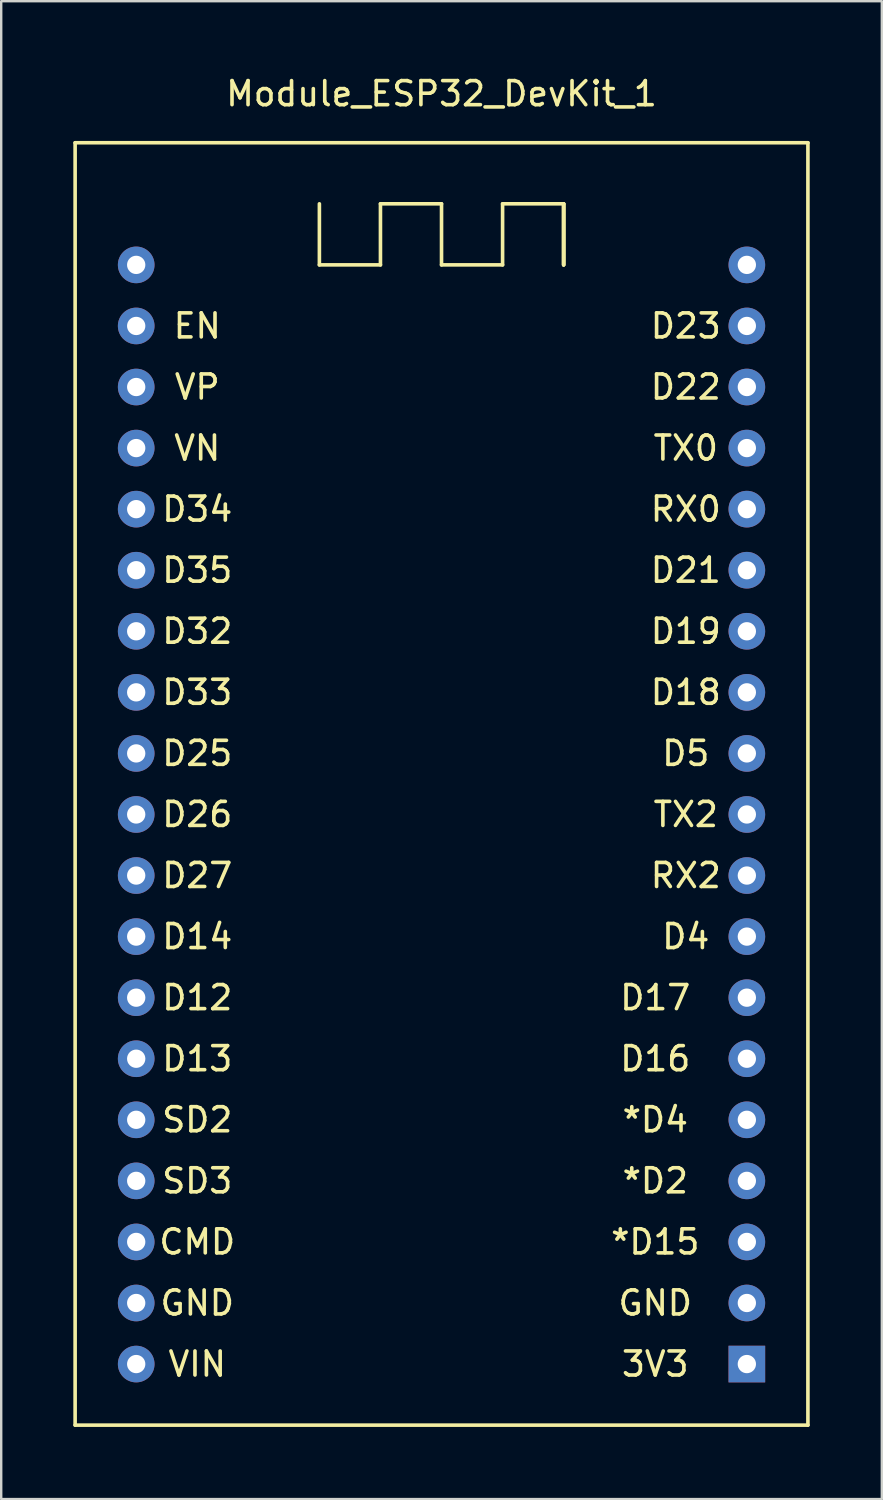
<source format=kicad_pcb>
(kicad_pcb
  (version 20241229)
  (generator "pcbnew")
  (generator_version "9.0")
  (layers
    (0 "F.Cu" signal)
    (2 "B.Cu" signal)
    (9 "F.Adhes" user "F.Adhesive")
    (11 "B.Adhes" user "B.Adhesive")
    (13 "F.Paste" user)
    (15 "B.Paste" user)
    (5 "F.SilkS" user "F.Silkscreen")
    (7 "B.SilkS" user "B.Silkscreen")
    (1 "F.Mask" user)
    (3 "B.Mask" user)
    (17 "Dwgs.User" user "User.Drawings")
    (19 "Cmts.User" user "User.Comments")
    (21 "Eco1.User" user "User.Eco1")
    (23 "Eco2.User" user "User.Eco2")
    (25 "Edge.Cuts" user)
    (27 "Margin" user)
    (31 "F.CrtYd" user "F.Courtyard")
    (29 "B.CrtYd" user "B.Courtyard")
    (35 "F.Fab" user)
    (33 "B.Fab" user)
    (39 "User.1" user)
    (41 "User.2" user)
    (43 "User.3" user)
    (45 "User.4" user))
  (footprint "Module_ESP32_DevKit_1"
    (layer "F.Cu")
    (at 15.315 0.348)
    (property "Reference" "Module_ESP32_DevKit_1" (at 0 0.5 0) (layer "F.SilkS") (effects (font (size 1 1) (thickness 0.15))))
    (attr through_hole)
    (fp_line (start -15.24 2.54) (end 15.24 2.54) (stroke (width 0.15) (type solid)) (layer "F.SilkS"))
    (fp_line (start -15.24 55.88) (end -15.24 2.54) (stroke (width 0.15) (type solid)) (layer "F.SilkS"))
    (fp_line (start -5.08 5.08) (end -5.08 7.62) (stroke (width 0.15) (type solid)) (layer "F.SilkS"))
    (fp_line (start -5.08 7.62) (end -2.54 7.62) (stroke (width 0.15) (type solid)) (layer "F.SilkS"))
    (fp_line (start -2.54 5.08) (end 0 5.08) (stroke (width 0.15) (type solid)) (layer "F.SilkS"))
    (fp_line (start -2.54 7.62) (end -2.54 5.08) (stroke (width 0.15) (type solid)) (layer "F.SilkS"))
    (fp_line (start 0 5.08) (end 0 7.62) (stroke (width 0.15) (type solid)) (layer "F.SilkS"))
    (fp_line (start 0 7.62) (end 2.54 7.62) (stroke (width 0.15) (type solid)) (layer "F.SilkS"))
    (fp_line (start 2.54 5.08) (end 5.08 5.08) (stroke (width 0.15) (type solid)) (layer "F.SilkS"))
    (fp_line (start 2.54 7.62) (end 2.54 5.08) (stroke (width 0.15) (type solid)) (layer "F.SilkS"))
    (fp_line (start 5.08 5.08) (end 5.08 7.62) (stroke (width 0.15) (type solid)) (layer "F.SilkS"))
    (fp_line (start 5.08 5.08) (end 5.08 7.62) (stroke (width 0.15) (type solid)) (layer "F.SilkS"))
    (fp_line (start 5.08 7.62) (end 5.08 5.08) (stroke (width 0.15) (type solid)) (layer "F.SilkS"))
    (fp_line (start 15.24 2.54) (end 15.24 55.88) (stroke (width 0.15) (type solid)) (layer "F.SilkS"))
    (fp_line (start 15.24 55.88) (end -15.24 55.88) (stroke (width 0.15) (type solid)) (layer "F.SilkS"))
    (fp_text user "D12" (at -10.16 38.1 0) (layer "F.SilkS") (effects (font (size 1 1) (thickness 0.15))))
    (fp_text user "TX2" (at 10.16 30.48 0) (layer "F.SilkS") (effects (font (size 1 1) (thickness 0.15))))
    (fp_text user "D14" (at -10.16 35.56 0) (layer "F.SilkS") (effects (font (size 1 1) (thickness 0.15))))
    (fp_text user "SD3" (at -10.16 45.72 0) (layer "F.SilkS") (effects (font (size 1 1) (thickness 0.15))))
    (fp_text user "GND" (at 8.89 50.8 0) (layer "F.SilkS") (effects (font (size 1 1) (thickness 0.15))))
    (fp_text user "VIN" (at -10.16 53.34 0) (layer "F.SilkS") (effects (font (size 1 1) (thickness 0.15))))
    (fp_text user "D26" (at -10.16 30.48 0) (layer "F.SilkS") (effects (font (size 1 1) (thickness 0.15))))
    (fp_text user "D23" (at 10.16 10.16 0) (layer "F.SilkS") (effects (font (size 1 1) (thickness 0.15))))
    (fp_text user "D4" (at 10.16 35.56 0) (layer "F.SilkS") (effects (font (size 1 1) (thickness 0.15))))
    (fp_text user "VP" (at -10.16 12.7 0) (layer "F.SilkS") (effects (font (size 1 1) (thickness 0.15))))
    (fp_text user "*D4" (at 8.89 43.18 0) (layer "F.SilkS") (effects (font (size 1 1) (thickness 0.15))))
    (fp_text user "D5" (at 10.16 27.94 0) (layer "F.SilkS") (effects (font (size 1 1) (thickness 0.15))))
    (fp_text user "D18" (at 10.16 25.4 0) (layer "F.SilkS") (effects (font (size 1 1) (thickness 0.15))))
    (fp_text user "D13" (at -10.16 40.64 0) (layer "F.SilkS") (effects (font (size 1 1) (thickness 0.15))))
    (fp_text user "D27" (at -10.16 33.02 0) (layer "F.SilkS") (effects (font (size 1 1) (thickness 0.15))))
    (fp_text user "EN" (at -10.16 10.16 0) (layer "F.SilkS") (effects (font (size 1 1) (thickness 0.15))))
    (fp_text user "3V3" (at 8.89 53.34 0) (layer "F.SilkS") (effects (font (size 1 1) (thickness 0.15))))
    (fp_text user "CMD" (at -10.16 48.26 0) (layer "F.SilkS") (effects (font (size 1 1) (thickness 0.15))))
    (fp_text user "D17" (at 8.89 38.1 0) (layer "F.SilkS") (effects (font (size 1 1) (thickness 0.15))))
    (fp_text user "D22" (at 10.16 12.7 0) (layer "F.SilkS") (effects (font (size 1 1) (thickness 0.15))))
    (fp_text user "D21" (at 10.16 20.32 0) (layer "F.SilkS") (effects (font (size 1 1) (thickness 0.15))))
    (fp_text user "D25" (at -10.16 27.94 0) (layer "F.SilkS") (effects (font (size 1 1) (thickness 0.15))))
    (fp_text user "GND" (at -10.16 50.8 0) (layer "F.SilkS") (effects (font (size 1 1) (thickness 0.15))))
    (fp_text user "D16" (at 8.89 40.64 0) (layer "F.SilkS") (effects (font (size 1 1) (thickness 0.15))))
    (fp_text user "VN" (at -10.16 15.24 0) (layer "F.SilkS") (effects (font (size 1 1) (thickness 0.15))))
    (fp_text user "D32" (at -10.16 22.86 0) (layer "F.SilkS") (effects (font (size 1 1) (thickness 0.15))))
    (fp_text user "*D2" (at 8.89 45.72 0) (layer "F.SilkS") (effects (font (size 1 1) (thickness 0.15))))
    (fp_text user "RX0" (at 10.16 17.78 0) (layer "F.SilkS") (effects (font (size 1 1) (thickness 0.15))))
    (fp_text user "RX2" (at 10.16 33.02 0) (layer "F.SilkS") (effects (font (size 1 1) (thickness 0.15))))
    (fp_text user "TX0" (at 10.16 15.24 0) (layer "F.SilkS") (effects (font (size 1 1) (thickness 0.15))))
    (fp_text user "D35" (at -10.16 20.32 0) (layer "F.SilkS") (effects (font (size 1 1) (thickness 0.15))))
    (fp_text user "D33" (at -10.16 25.4 0) (layer "F.SilkS") (effects (font (size 1 1) (thickness 0.15))))
    (fp_text user "D19" (at 10.16 22.86 0) (layer "F.SilkS") (effects (font (size 1 1) (thickness 0.15))))
    (fp_text user "*D15" (at 8.89 48.26 0) (layer "F.SilkS") (effects (font (size 1 1) (thickness 0.15))))
    (fp_text user "SD2" (at -10.16 43.18 0) (layer "F.SilkS") (effects (font (size 1 1) (thickness 0.15))))
    (fp_text user "D34" (at -10.16 17.78 0) (layer "F.SilkS") (effects (font (size 1 1) (thickness 0.15))))
    (pad "1" thru_hole rect (at 12.7 53.34) (size 1.524 1.524) (drill 0.762) (layers "*.Cu" "*.Mask"))
    (pad "2" thru_hole circle (at 12.7 50.8) (size 1.524 1.524) (drill 0.762) (layers "*.Cu" "*.Mask"))
    (pad "3" thru_hole circle (at 12.7 48.26) (size 1.524 1.524) (drill 0.762) (layers "*.Cu" "*.Mask"))
    (pad "4" thru_hole circle (at 12.7 45.72) (size 1.524 1.524) (drill 0.762) (layers "*.Cu" "*.Mask"))
    (pad "5" thru_hole circle (at 12.7 43.18) (size 1.524 1.524) (drill 0.762) (layers "*.Cu" "*.Mask"))
    (pad "6" thru_hole circle (at 12.7 40.64) (size 1.524 1.524) (drill 0.762) (layers "*.Cu" "*.Mask"))
    (pad "7" thru_hole circle (at 12.7 38.1) (size 1.524 1.524) (drill 0.762) (layers "*.Cu" "*.Mask"))
    (pad "8" thru_hole circle (at 12.7 35.56) (size 1.524 1.524) (drill 0.762) (layers "*.Cu" "*.Mask"))
    (pad "9" thru_hole circle (at 12.7 33.02) (size 1.524 1.524) (drill 0.762) (layers "*.Cu" "*.Mask"))
    (pad "10" thru_hole circle (at 12.7 30.48) (size 1.524 1.524) (drill 0.762) (layers "*.Cu" "*.Mask"))
    (pad "11" thru_hole circle (at 12.7 27.94) (size 1.524 1.524) (drill 0.762) (layers "*.Cu" "*.Mask"))
    (pad "12" thru_hole circle (at 12.7 25.4) (size 1.524 1.524) (drill 0.762) (layers "*.Cu" "*.Mask"))
    (pad "13" thru_hole circle (at 12.7 22.86) (size 1.524 1.524) (drill 0.762) (layers "*.Cu" "*.Mask"))
    (pad "14" thru_hole circle (at 12.7 20.32) (size 1.524 1.524) (drill 0.762) (layers "*.Cu" "*.Mask"))
    (pad "15" thru_hole circle (at 12.7 17.78) (size 1.524 1.524) (drill 0.762) (layers "*.Cu" "*.Mask"))
    (pad "16" thru_hole circle (at 12.7 15.24) (size 1.524 1.524) (drill 0.762) (layers "*.Cu" "*.Mask"))
    (pad "17" thru_hole circle (at 12.7 12.7) (size 1.524 1.524) (drill 0.762) (layers "*.Cu" "*.Mask"))
    (pad "18" thru_hole circle (at 12.7 10.16) (size 1.524 1.524) (drill 0.762) (layers "*.Cu" "*.Mask"))
    (pad "19" thru_hole circle (at 12.7 7.62) (size 1.524 1.524) (drill 0.762) (layers "*.Cu" "*.Mask"))
    (pad "20" thru_hole circle (at -12.7 7.62) (size 1.524 1.524) (drill 0.762) (layers "*.Cu" "*.Mask"))
    (pad "21" thru_hole circle (at -12.7 10.16) (size 1.524 1.524) (drill 0.762) (layers "*.Cu" "*.Mask"))
    (pad "22" thru_hole circle (at -12.7 12.7) (size 1.524 1.524) (drill 0.762) (layers "*.Cu" "*.Mask"))
    (pad "23" thru_hole circle (at -12.7 15.24) (size 1.524 1.524) (drill 0.762) (layers "*.Cu" "*.Mask"))
    (pad "24" thru_hole circle (at -12.7 17.78) (size 1.524 1.524) (drill 0.762) (layers "*.Cu" "*.Mask"))
    (pad "25" thru_hole circle (at -12.7 20.32) (size 1.524 1.524) (drill 0.762) (layers "*.Cu" "*.Mask"))
    (pad "26" thru_hole circle (at -12.7 22.86) (size 1.524 1.524) (drill 0.762) (layers "*.Cu" "*.Mask"))
    (pad "27" thru_hole circle (at -12.7 25.4) (size 1.524 1.524) (drill 0.762) (layers "*.Cu" "*.Mask"))
    (pad "28" thru_hole circle (at -12.7 27.94) (size 1.524 1.524) (drill 0.762) (layers "*.Cu" "*.Mask"))
    (pad "29" thru_hole circle (at -12.7 30.48) (size 1.524 1.524) (drill 0.762) (layers "*.Cu" "*.Mask"))
    (pad "30" thru_hole circle (at -12.7 33.02) (size 1.524 1.524) (drill 0.762) (layers "*.Cu" "*.Mask"))
    (pad "31" thru_hole circle (at -12.7 35.56) (size 1.524 1.524) (drill 0.762) (layers "*.Cu" "*.Mask"))
    (pad "32" thru_hole circle (at -12.7 38.1) (size 1.524 1.524) (drill 0.762) (layers "*.Cu" "*.Mask"))
    (pad "33" thru_hole circle (at -12.7 40.64) (size 1.524 1.524) (drill 0.762) (layers "*.Cu" "*.Mask"))
    (pad "34" thru_hole circle (at -12.7 43.18) (size 1.524 1.524) (drill 0.762) (layers "*.Cu" "*.Mask"))
    (pad "35" thru_hole circle (at -12.7 45.72) (size 1.524 1.524) (drill 0.762) (layers "*.Cu" "*.Mask"))
    (pad "36" thru_hole circle (at -12.7 48.26) (size 1.524 1.524) (drill 0.762) (layers "*.Cu" "*.Mask"))
    (pad "37" thru_hole circle (at -12.7 50.8) (size 1.524 1.524) (drill 0.762) (layers "*.Cu" "*.Mask"))
    (pad "38" thru_hole circle (at -12.7 53.34) (size 1.524 1.524) (drill 0.762) (layers "*.Cu" "*.Mask")))
  (gr_rect
    (start -3 -3)
    (end 33.63 59.303)
    (stroke (width 0.1) (type default))
    (fill no)
    (layer "Edge.Cuts")))
</source>
